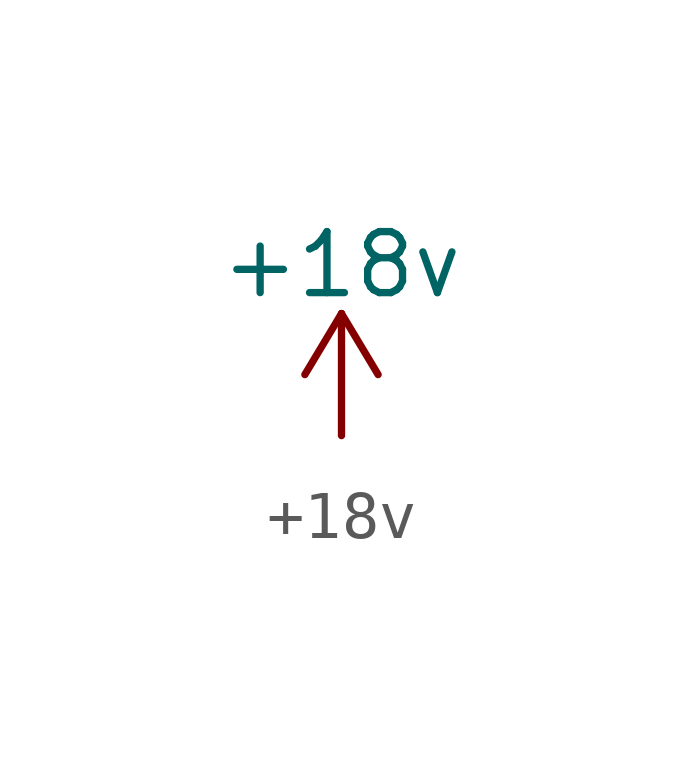
<source format=kicad_sym>
(kicad_symbol_lib
  (version 20220914)
  (generator kicad_symbol_editor)
  (symbol "+18v"
    (power)
    (pin_names
      (offset 0))
    (property "Reference" "#PWR"
      (at 0 -3.81 0)
      (effects (font (size 1.27 1.27)) hide))
    (property "Value" "+18v"
      (at 0 3.556 0)
      (effects (font (size 1.27 1.27))))
    (symbol "+18v_0_1"
      (polyline (pts (xy -0.762 1.27) (xy 0 2.54)) (stroke (width 0) (type default)) (fill (type none)))
      (polyline (pts (xy 0 0) (xy 0 2.54)) (stroke (width 0) (type default)) (fill (type none)))
      (polyline (pts (xy 0 2.54) (xy 0.762 1.27)) (stroke (width 0) (type default)) (fill (type none))))
    (symbol "+18v_1_1"
      (pin power_in line (at 0 0 90) (length 0) hide (name "+18V" (effects (font (size 1.27 1.27)))) (number "1" (effects (font (size 1.27 1.27))))))))
</source>
